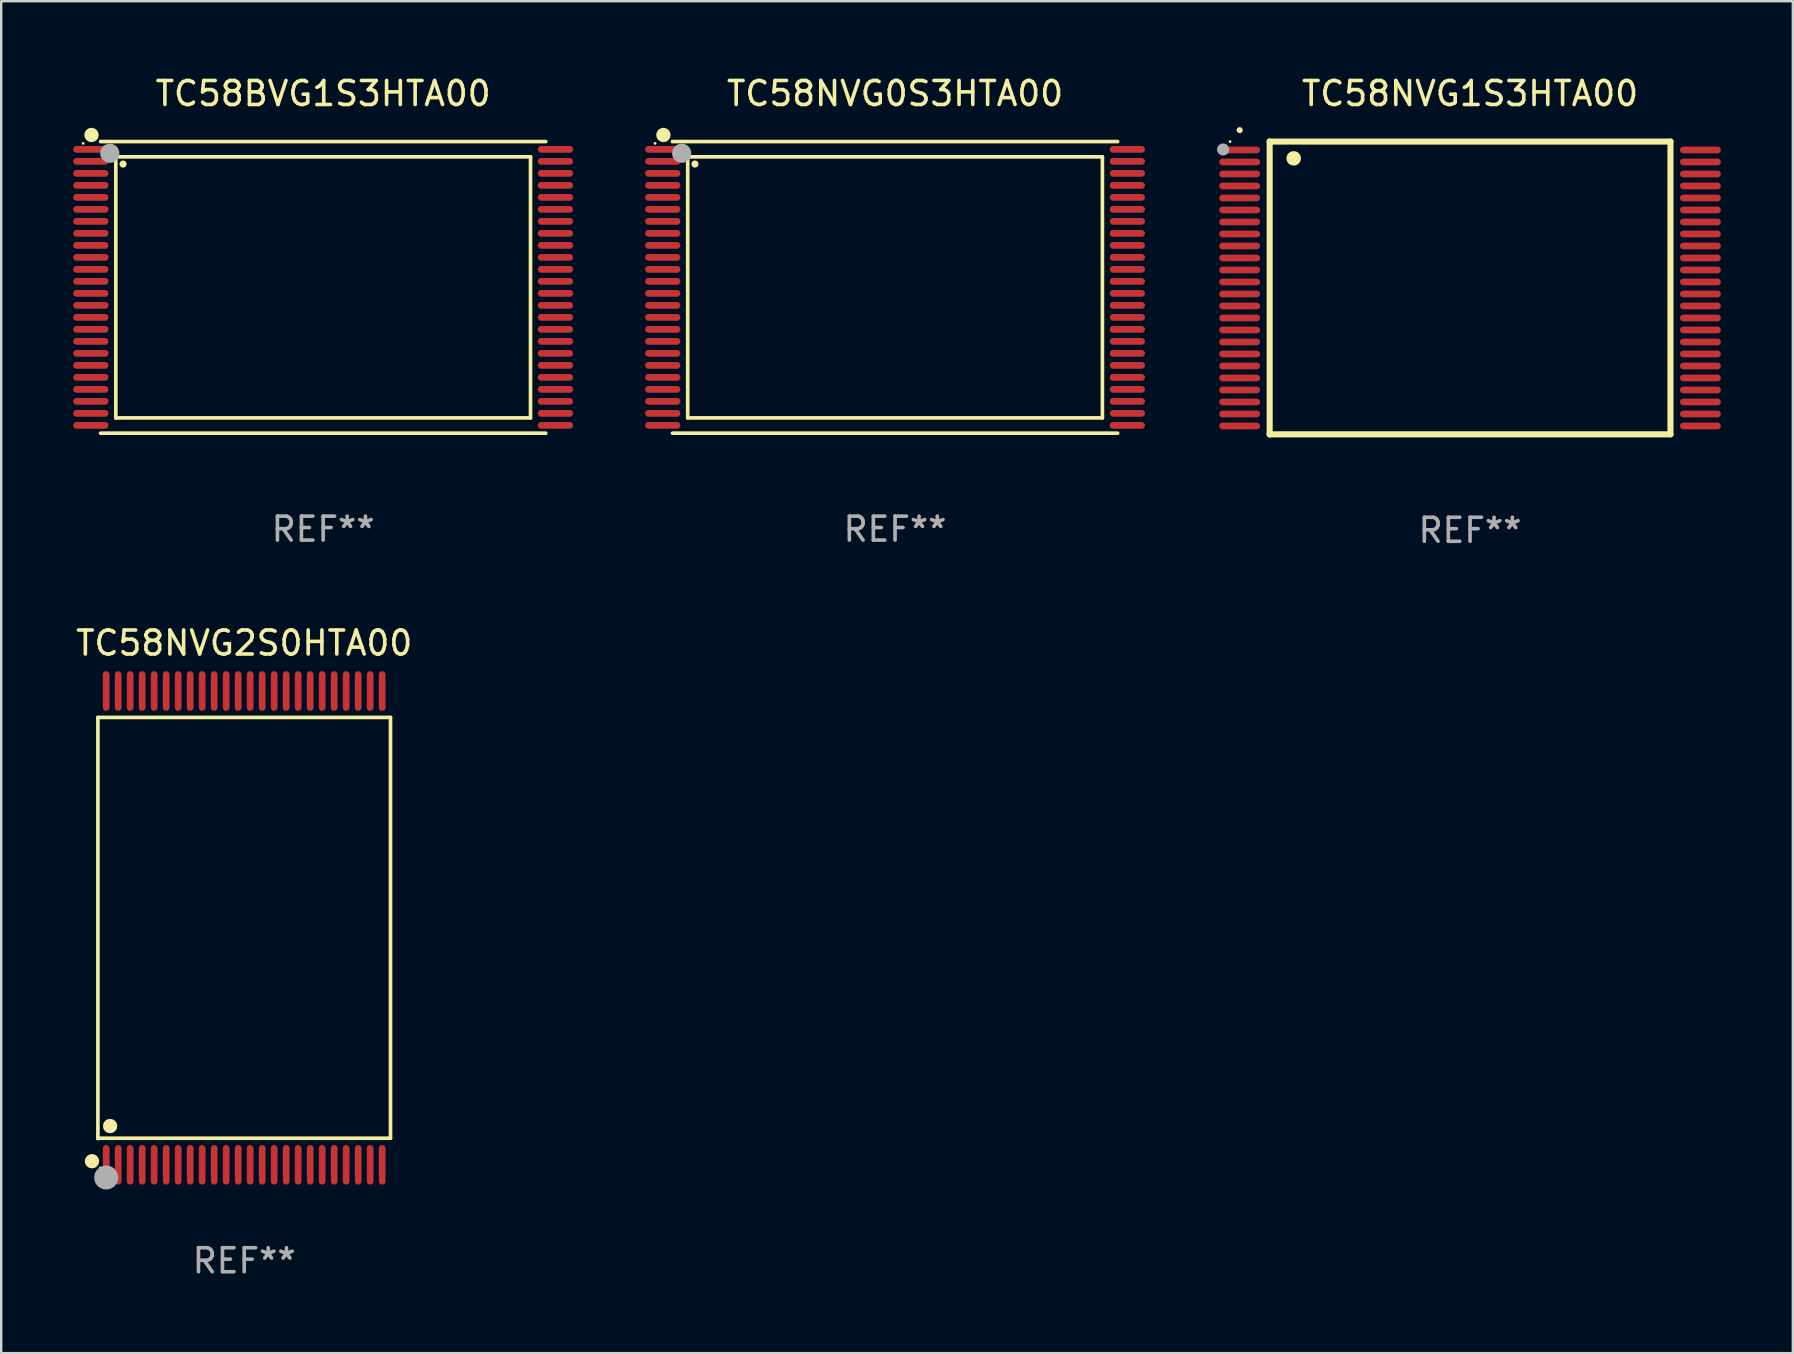
<source format=kicad_pcb>
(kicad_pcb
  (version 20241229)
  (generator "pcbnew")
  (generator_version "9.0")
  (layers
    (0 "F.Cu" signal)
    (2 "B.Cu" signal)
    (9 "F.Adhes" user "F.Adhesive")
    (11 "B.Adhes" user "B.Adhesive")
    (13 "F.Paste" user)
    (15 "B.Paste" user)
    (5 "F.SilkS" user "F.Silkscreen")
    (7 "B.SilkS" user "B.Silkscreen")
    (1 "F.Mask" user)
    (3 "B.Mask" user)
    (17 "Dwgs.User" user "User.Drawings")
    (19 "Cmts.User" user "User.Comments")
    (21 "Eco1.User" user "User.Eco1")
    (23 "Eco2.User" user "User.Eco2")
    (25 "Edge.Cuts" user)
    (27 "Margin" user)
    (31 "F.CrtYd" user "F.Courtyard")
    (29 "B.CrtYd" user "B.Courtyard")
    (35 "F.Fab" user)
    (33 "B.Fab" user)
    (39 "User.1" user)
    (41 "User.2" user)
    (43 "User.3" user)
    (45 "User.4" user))
  (footprint "TC58BVG1S3HTA00"
    (layer "F.Cu")
    (at 10.415 8.924)
    (property "Reference" "TC58BVG1S3HTA00" (at 0 -8.076 0) (layer "F.SilkS") (effects (font (size 1 1) (thickness 0.15))))
    (attr through_hole)
    (fp_line (start -9.276 -6.076) (end 9.276 -6.076) (stroke (width 0.152) (type solid)) (layer "F.SilkS"))
    (fp_line (start -9.276 6.076) (end 9.276 6.076) (stroke (width 0.152) (type solid)) (layer "F.SilkS"))
    (fp_line (start -8.64 -5.44) (end 8.64 -5.44) (stroke (width 0.152) (type solid)) (layer "F.SilkS"))
    (fp_line (start -8.64 5.44) (end -8.64 -5.44) (stroke (width 0.152) (type solid)) (layer "F.SilkS"))
    (fp_line (start 8.64 -5.44) (end 8.64 5.44) (stroke (width 0.152) (type solid)) (layer "F.SilkS"))
    (fp_line (start 8.64 5.44) (end -8.64 5.44) (stroke (width 0.152) (type solid)) (layer "F.SilkS"))
    (fp_circle (center -10 -6) (end -9.97 -6) (stroke (width 0.06) (type solid)) (fill no) (layer "F.SilkS"))
    (fp_circle (center -9.652 -6.35) (end -9.502 -6.35) (stroke (width 0.3) (type solid)) (fill no) (layer "F.SilkS"))
    (fp_circle (center -8.338 -5.138) (end -8.263 -5.138) (stroke (width 0.15) (type solid)) (fill no) (layer "F.SilkS"))
    (fp_circle (center -8.89 -5.588) (end -8.69 -5.588) (stroke (width 0.4) (type solid)) (fill no) (layer "F.Fab"))
    (fp_text user "REF**" (at 0 10.076 0) (layer "F.Fab") (effects (font (size 1 1) (thickness 0.15))))
    (pad "1" smd oval (at -9.68 -5.75) (size 1.47 0.28) (layers "F.Cu" "F.Mask" "F.Paste"))
    (pad "2" smd oval (at -9.68 -5.25) (size 1.47 0.28) (layers "F.Cu" "F.Mask" "F.Paste"))
    (pad "3" smd oval (at -9.68 -4.75) (size 1.47 0.28) (layers "F.Cu" "F.Mask" "F.Paste"))
    (pad "4" smd oval (at -9.68 -4.25) (size 1.47 0.28) (layers "F.Cu" "F.Mask" "F.Paste"))
    (pad "5" smd oval (at -9.68 -3.75) (size 1.47 0.28) (layers "F.Cu" "F.Mask" "F.Paste"))
    (pad "6" smd oval (at -9.68 -3.25) (size 1.47 0.28) (layers "F.Cu" "F.Mask" "F.Paste"))
    (pad "7" smd oval (at -9.68 -2.75) (size 1.47 0.28) (layers "F.Cu" "F.Mask" "F.Paste"))
    (pad "8" smd oval (at -9.68 -2.25) (size 1.47 0.28) (layers "F.Cu" "F.Mask" "F.Paste"))
    (pad "9" smd oval (at -9.68 -1.75) (size 1.47 0.28) (layers "F.Cu" "F.Mask" "F.Paste"))
    (pad "10" smd oval (at -9.68 -1.25) (size 1.47 0.28) (layers "F.Cu" "F.Mask" "F.Paste"))
    (pad "11" smd oval (at -9.68 -0.75) (size 1.47 0.28) (layers "F.Cu" "F.Mask" "F.Paste"))
    (pad "12" smd oval (at -9.68 -0.25) (size 1.47 0.28) (layers "F.Cu" "F.Mask" "F.Paste"))
    (pad "13" smd oval (at -9.68 0.25) (size 1.47 0.28) (layers "F.Cu" "F.Mask" "F.Paste"))
    (pad "14" smd oval (at -9.68 0.75) (size 1.47 0.28) (layers "F.Cu" "F.Mask" "F.Paste"))
    (pad "15" smd oval (at -9.68 1.25) (size 1.47 0.28) (layers "F.Cu" "F.Mask" "F.Paste"))
    (pad "16" smd oval (at -9.68 1.75) (size 1.47 0.28) (layers "F.Cu" "F.Mask" "F.Paste"))
    (pad "17" smd oval (at -9.68 2.25) (size 1.47 0.28) (layers "F.Cu" "F.Mask" "F.Paste"))
    (pad "18" smd oval (at -9.68 2.75) (size 1.47 0.28) (layers "F.Cu" "F.Mask" "F.Paste"))
    (pad "19" smd oval (at -9.68 3.25) (size 1.47 0.28) (layers "F.Cu" "F.Mask" "F.Paste"))
    (pad "20" smd oval (at -9.68 3.75) (size 1.47 0.28) (layers "F.Cu" "F.Mask" "F.Paste"))
    (pad "21" smd oval (at -9.68 4.25) (size 1.47 0.28) (layers "F.Cu" "F.Mask" "F.Paste"))
    (pad "22" smd oval (at -9.68 4.75) (size 1.47 0.28) (layers "F.Cu" "F.Mask" "F.Paste"))
    (pad "23" smd oval (at -9.68 5.25) (size 1.47 0.28) (layers "F.Cu" "F.Mask" "F.Paste"))
    (pad "24" smd oval (at -9.68 5.75) (size 1.47 0.28) (layers "F.Cu" "F.Mask" "F.Paste"))
    (pad "25" smd oval (at 9.68 5.75) (size 1.47 0.28) (layers "F.Cu" "F.Mask" "F.Paste"))
    (pad "26" smd oval (at 9.68 5.25) (size 1.47 0.28) (layers "F.Cu" "F.Mask" "F.Paste"))
    (pad "27" smd oval (at 9.68 4.75) (size 1.47 0.28) (layers "F.Cu" "F.Mask" "F.Paste"))
    (pad "28" smd oval (at 9.68 4.25) (size 1.47 0.28) (layers "F.Cu" "F.Mask" "F.Paste"))
    (pad "29" smd oval (at 9.68 3.75) (size 1.47 0.28) (layers "F.Cu" "F.Mask" "F.Paste"))
    (pad "30" smd oval (at 9.68 3.25) (size 1.47 0.28) (layers "F.Cu" "F.Mask" "F.Paste"))
    (pad "31" smd oval (at 9.68 2.75) (size 1.47 0.28) (layers "F.Cu" "F.Mask" "F.Paste"))
    (pad "32" smd oval (at 9.68 2.25) (size 1.47 0.28) (layers "F.Cu" "F.Mask" "F.Paste"))
    (pad "33" smd oval (at 9.68 1.75) (size 1.47 0.28) (layers "F.Cu" "F.Mask" "F.Paste"))
    (pad "34" smd oval (at 9.68 1.25) (size 1.47 0.28) (layers "F.Cu" "F.Mask" "F.Paste"))
    (pad "35" smd oval (at 9.68 0.75) (size 1.47 0.28) (layers "F.Cu" "F.Mask" "F.Paste"))
    (pad "36" smd oval (at 9.68 0.25) (size 1.47 0.28) (layers "F.Cu" "F.Mask" "F.Paste"))
    (pad "37" smd oval (at 9.68 -0.25) (size 1.47 0.28) (layers "F.Cu" "F.Mask" "F.Paste"))
    (pad "38" smd oval (at 9.68 -0.75) (size 1.47 0.28) (layers "F.Cu" "F.Mask" "F.Paste"))
    (pad "39" smd oval (at 9.68 -1.25) (size 1.47 0.28) (layers "F.Cu" "F.Mask" "F.Paste"))
    (pad "40" smd oval (at 9.68 -1.75) (size 1.47 0.28) (layers "F.Cu" "F.Mask" "F.Paste"))
    (pad "41" smd oval (at 9.68 -2.25) (size 1.47 0.28) (layers "F.Cu" "F.Mask" "F.Paste"))
    (pad "42" smd oval (at 9.68 -2.75) (size 1.47 0.28) (layers "F.Cu" "F.Mask" "F.Paste"))
    (pad "43" smd oval (at 9.68 -3.25) (size 1.47 0.28) (layers "F.Cu" "F.Mask" "F.Paste"))
    (pad "44" smd oval (at 9.68 -3.75) (size 1.47 0.28) (layers "F.Cu" "F.Mask" "F.Paste"))
    (pad "45" smd oval (at 9.68 -4.25) (size 1.47 0.28) (layers "F.Cu" "F.Mask" "F.Paste"))
    (pad "46" smd oval (at 9.68 -4.75) (size 1.47 0.28) (layers "F.Cu" "F.Mask" "F.Paste"))
    (pad "47" smd oval (at 9.68 -5.25) (size 1.47 0.28) (layers "F.Cu" "F.Mask" "F.Paste"))
    (pad "48" smd oval (at 9.68 -5.75) (size 1.47 0.28) (layers "F.Cu" "F.Mask" "F.Paste")))
  (footprint "TC58NVG1S3HTA00"
    (layer "F.Cu")
    (at 58.204 8.948)
    (property "Reference" "TC58NVG1S3HTA00" (at 0 -8.1 0) (layer "F.SilkS") (effects (font (size 1 1) (thickness 0.15))))
    (attr through_hole)
    (fp_line (start -8.35 -6.1) (end 8.35 -6.1) (stroke (width 0.254) (type solid)) (layer "F.SilkS"))
    (fp_line (start -8.35 6.1) (end -8.35 -6.1) (stroke (width 0.254) (type solid)) (layer "F.SilkS"))
    (fp_line (start 8.35 -6.1) (end 8.35 6.1) (stroke (width 0.254) (type solid)) (layer "F.SilkS"))
    (fp_line (start 8.35 6.1) (end -8.35 6.1) (stroke (width 0.254) (type solid)) (layer "F.SilkS"))
    (fp_arc (start -9.601219 -6.57606) (mid -9.599949 -6.576066) (end -9.598679 -6.57606) (stroke (width 0.25) (type solid)) (layer "F.SilkS"))
    (fp_arc (start -7.350775 -5.400038) (mid -7.348235 -5.400049) (end -7.345695 -5.400038) (stroke (width 0.6) (type solid)) (layer "F.SilkS"))
    (fp_circle (center -10 -6.1) (end -9.97 -6.1) (stroke (width 0.06) (type solid)) (fill no) (layer "F.SilkS"))
    (fp_circle (center -10.29 -5.77) (end -10.163 -5.77) (stroke (width 0.254) (type solid)) (fill no) (layer "F.Fab"))
    (fp_text user "REF**" (at 0 10.1 0) (layer "F.Fab") (effects (font (size 1 1) (thickness 0.15))))
    (pad "1" smd oval (at -9.6 -5.75 90) (size 0.28 1.7) (layers "F.Cu" "F.Mask" "F.Paste"))
    (pad "2" smd oval (at -9.6 -5.25 90) (size 0.28 1.7) (layers "F.Cu" "F.Mask" "F.Paste"))
    (pad "3" smd oval (at -9.6 -4.75 90) (size 0.28 1.7) (layers "F.Cu" "F.Mask" "F.Paste"))
    (pad "4" smd oval (at -9.6 -4.25 90) (size 0.28 1.7) (layers "F.Cu" "F.Mask" "F.Paste"))
    (pad "5" smd oval (at -9.6 -3.75 90) (size 0.28 1.7) (layers "F.Cu" "F.Mask" "F.Paste"))
    (pad "6" smd oval (at -9.6 -3.25 90) (size 0.28 1.7) (layers "F.Cu" "F.Mask" "F.Paste"))
    (pad "7" smd oval (at -9.6 -2.75 90) (size 0.28 1.7) (layers "F.Cu" "F.Mask" "F.Paste"))
    (pad "8" smd oval (at -9.6 -2.25 90) (size 0.28 1.7) (layers "F.Cu" "F.Mask" "F.Paste"))
    (pad "9" smd oval (at -9.6 -1.75 90) (size 0.28 1.7) (layers "F.Cu" "F.Mask" "F.Paste"))
    (pad "10" smd oval (at -9.6 -1.25 90) (size 0.28 1.7) (layers "F.Cu" "F.Mask" "F.Paste"))
    (pad "11" smd oval (at -9.6 -0.75 90) (size 0.28 1.7) (layers "F.Cu" "F.Mask" "F.Paste"))
    (pad "12" smd oval (at -9.6 -0.25 90) (size 0.28 1.7) (layers "F.Cu" "F.Mask" "F.Paste"))
    (pad "13" smd oval (at -9.6 0.25 90) (size 0.28 1.7) (layers "F.Cu" "F.Mask" "F.Paste"))
    (pad "14" smd oval (at -9.6 0.75 90) (size 0.28 1.7) (layers "F.Cu" "F.Mask" "F.Paste"))
    (pad "15" smd oval (at -9.6 1.25 90) (size 0.28 1.7) (layers "F.Cu" "F.Mask" "F.Paste"))
    (pad "16" smd oval (at -9.6 1.75 90) (size 0.28 1.7) (layers "F.Cu" "F.Mask" "F.Paste"))
    (pad "17" smd oval (at -9.6 2.25 90) (size 0.28 1.7) (layers "F.Cu" "F.Mask" "F.Paste"))
    (pad "18" smd oval (at -9.6 2.75 90) (size 0.28 1.7) (layers "F.Cu" "F.Mask" "F.Paste"))
    (pad "19" smd oval (at -9.6 3.25 90) (size 0.28 1.7) (layers "F.Cu" "F.Mask" "F.Paste"))
    (pad "20" smd oval (at -9.6 3.75 90) (size 0.28 1.7) (layers "F.Cu" "F.Mask" "F.Paste"))
    (pad "21" smd oval (at -9.6 4.25 90) (size 0.28 1.7) (layers "F.Cu" "F.Mask" "F.Paste"))
    (pad "22" smd oval (at -9.6 4.75 90) (size 0.28 1.7) (layers "F.Cu" "F.Mask" "F.Paste"))
    (pad "23" smd oval (at -9.6 5.25 90) (size 0.28 1.7) (layers "F.Cu" "F.Mask" "F.Paste"))
    (pad "24" smd oval (at -9.6 5.75 90) (size 0.28 1.7) (layers "F.Cu" "F.Mask" "F.Paste"))
    (pad "25" smd oval (at 9.6 5.75 90) (size 0.28 1.7) (layers "F.Cu" "F.Mask" "F.Paste"))
    (pad "26" smd oval (at 9.6 5.25 90) (size 0.28 1.7) (layers "F.Cu" "F.Mask" "F.Paste"))
    (pad "27" smd oval (at 9.6 4.75 90) (size 0.28 1.7) (layers "F.Cu" "F.Mask" "F.Paste"))
    (pad "28" smd oval (at 9.6 4.25 90) (size 0.28 1.7) (layers "F.Cu" "F.Mask" "F.Paste"))
    (pad "29" smd oval (at 9.6 3.75 90) (size 0.28 1.7) (layers "F.Cu" "F.Mask" "F.Paste"))
    (pad "30" smd oval (at 9.6 3.25 90) (size 0.28 1.7) (layers "F.Cu" "F.Mask" "F.Paste"))
    (pad "31" smd oval (at 9.6 2.75 90) (size 0.28 1.7) (layers "F.Cu" "F.Mask" "F.Paste"))
    (pad "32" smd oval (at 9.6 2.25 90) (size 0.28 1.7) (layers "F.Cu" "F.Mask" "F.Paste"))
    (pad "33" smd oval (at 9.6 1.75 90) (size 0.28 1.7) (layers "F.Cu" "F.Mask" "F.Paste"))
    (pad "34" smd oval (at 9.6 1.25 90) (size 0.28 1.7) (layers "F.Cu" "F.Mask" "F.Paste"))
    (pad "35" smd oval (at 9.6 0.75 90) (size 0.28 1.7) (layers "F.Cu" "F.Mask" "F.Paste"))
    (pad "36" smd oval (at 9.6 0.25 90) (size 0.28 1.7) (layers "F.Cu" "F.Mask" "F.Paste"))
    (pad "37" smd oval (at 9.6 -0.25 90) (size 0.28 1.7) (layers "F.Cu" "F.Mask" "F.Paste"))
    (pad "38" smd oval (at 9.6 -0.75 90) (size 0.28 1.7) (layers "F.Cu" "F.Mask" "F.Paste"))
    (pad "39" smd oval (at 9.6 -1.25 90) (size 0.28 1.7) (layers "F.Cu" "F.Mask" "F.Paste"))
    (pad "40" smd oval (at 9.6 -1.75 90) (size 0.28 1.7) (layers "F.Cu" "F.Mask" "F.Paste"))
    (pad "41" smd oval (at 9.6 -2.25 90) (size 0.28 1.7) (layers "F.Cu" "F.Mask" "F.Paste"))
    (pad "42" smd oval (at 9.6 -2.75 90) (size 0.28 1.7) (layers "F.Cu" "F.Mask" "F.Paste"))
    (pad "43" smd oval (at 9.6 -3.25 90) (size 0.28 1.7) (layers "F.Cu" "F.Mask" "F.Paste"))
    (pad "44" smd oval (at 9.6 -3.75 90) (size 0.28 1.7) (layers "F.Cu" "F.Mask" "F.Paste"))
    (pad "45" smd oval (at 9.6 -4.25 90) (size 0.28 1.7) (layers "F.Cu" "F.Mask" "F.Paste"))
    (pad "46" smd oval (at 9.6 -4.75 90) (size 0.28 1.7) (layers "F.Cu" "F.Mask" "F.Paste"))
    (pad "47" smd oval (at 9.6 -5.25 90) (size 0.28 1.7) (layers "F.Cu" "F.Mask" "F.Paste"))
    (pad "48" smd oval (at 9.6 -5.75 90) (size 0.28 1.7) (layers "F.Cu" "F.Mask" "F.Paste")))
  (footprint "TC58NVG2S0HTA00"
    (layer "F.Cu")
    (at 7.125 35.615)
    (property "Reference" "TC58NVG2S0HTA00" (at 0 -11.87 0) (layer "F.SilkS") (effects (font (size 1 1) (thickness 0.15))))
    (attr through_hole)
    (fp_line (start -6.096 -8.771) (end 6.096 -8.771) (stroke (width 0.152) (type solid)) (layer "F.SilkS"))
    (fp_line (start -6.096 8.763) (end -6.096 8.771) (stroke (width 0.152) (type solid)) (layer "F.SilkS"))
    (fp_line (start -6.096 8.771) (end -6.096 -8.771) (stroke (width 0.152) (type solid)) (layer "F.SilkS"))
    (fp_line (start 6.096 -8.771) (end 6.096 8.763) (stroke (width 0.152) (type solid)) (layer "F.SilkS"))
    (fp_line (start 6.096 8.763) (end -6.096 8.763) (stroke (width 0.152) (type solid)) (layer "F.SilkS"))
    (fp_circle (center -6.342 9.72) (end -6.192 9.72) (stroke (width 0.3) (type solid)) (fill no) (layer "F.SilkS"))
    (fp_circle (center -6 10) (end -5.97 10) (stroke (width 0.06) (type solid)) (fill no) (layer "F.SilkS"))
    (fp_circle (center -5.588 8.255) (end -5.438 8.255) (stroke (width 0.3) (type solid)) (fill no) (layer "F.SilkS"))
    (fp_circle (center -5.75 10.4) (end -5.5 10.4) (stroke (width 0.5) (type solid)) (fill no) (layer "F.Fab"))
    (fp_text user "REF**" (at 0 13.87 0) (layer "F.Fab") (effects (font (size 1 1) (thickness 0.15))))
    (pad "1" smd oval (at -5.75 9.87) (size 0.28 1.65) (layers "F.Cu" "F.Mask" "F.Paste"))
    (pad "2" smd oval (at -5.25 9.87) (size 0.28 1.65) (layers "F.Cu" "F.Mask" "F.Paste"))
    (pad "3" smd oval (at -4.75 9.87) (size 0.28 1.65) (layers "F.Cu" "F.Mask" "F.Paste"))
    (pad "4" smd oval (at -4.25 9.87) (size 0.28 1.65) (layers "F.Cu" "F.Mask" "F.Paste"))
    (pad "5" smd oval (at -3.75 9.87) (size 0.28 1.65) (layers "F.Cu" "F.Mask" "F.Paste"))
    (pad "6" smd oval (at -3.25 9.87) (size 0.28 1.65) (layers "F.Cu" "F.Mask" "F.Paste"))
    (pad "7" smd oval (at -2.75 9.87) (size 0.28 1.65) (layers "F.Cu" "F.Mask" "F.Paste"))
    (pad "8" smd oval (at -2.25 9.87) (size 0.28 1.65) (layers "F.Cu" "F.Mask" "F.Paste"))
    (pad "9" smd oval (at -1.75 9.87) (size 0.28 1.65) (layers "F.Cu" "F.Mask" "F.Paste"))
    (pad "10" smd oval (at -1.25 9.87) (size 0.28 1.65) (layers "F.Cu" "F.Mask" "F.Paste"))
    (pad "11" smd oval (at -0.75 9.87) (size 0.28 1.65) (layers "F.Cu" "F.Mask" "F.Paste"))
    (pad "12" smd oval (at -0.25 9.87) (size 0.28 1.65) (layers "F.Cu" "F.Mask" "F.Paste"))
    (pad "13" smd oval (at 0.25 9.87) (size 0.28 1.65) (layers "F.Cu" "F.Mask" "F.Paste"))
    (pad "14" smd oval (at 0.75 9.87) (size 0.28 1.65) (layers "F.Cu" "F.Mask" "F.Paste"))
    (pad "15" smd oval (at 1.25 9.87) (size 0.28 1.65) (layers "F.Cu" "F.Mask" "F.Paste"))
    (pad "16" smd oval (at 1.75 9.87) (size 0.28 1.65) (layers "F.Cu" "F.Mask" "F.Paste"))
    (pad "17" smd oval (at 2.25 9.87) (size 0.28 1.65) (layers "F.Cu" "F.Mask" "F.Paste"))
    (pad "18" smd oval (at 2.75 9.87) (size 0.28 1.65) (layers "F.Cu" "F.Mask" "F.Paste"))
    (pad "19" smd oval (at 3.25 9.87) (size 0.28 1.65) (layers "F.Cu" "F.Mask" "F.Paste"))
    (pad "20" smd oval (at 3.75 9.87) (size 0.28 1.65) (layers "F.Cu" "F.Mask" "F.Paste"))
    (pad "21" smd oval (at 4.25 9.87) (size 0.28 1.65) (layers "F.Cu" "F.Mask" "F.Paste"))
    (pad "22" smd oval (at 4.75 9.87) (size 0.28 1.65) (layers "F.Cu" "F.Mask" "F.Paste"))
    (pad "23" smd oval (at 5.25 9.87) (size 0.28 1.65) (layers "F.Cu" "F.Mask" "F.Paste"))
    (pad "24" smd oval (at 5.75 9.87) (size 0.28 1.65) (layers "F.Cu" "F.Mask" "F.Paste"))
    (pad "25" smd oval (at 5.75 -9.87) (size 0.28 1.65) (layers "F.Cu" "F.Mask" "F.Paste"))
    (pad "26" smd oval (at 5.25 -9.87) (size 0.28 1.65) (layers "F.Cu" "F.Mask" "F.Paste"))
    (pad "27" smd oval (at 4.75 -9.87) (size 0.28 1.65) (layers "F.Cu" "F.Mask" "F.Paste"))
    (pad "28" smd oval (at 4.25 -9.87) (size 0.28 1.65) (layers "F.Cu" "F.Mask" "F.Paste"))
    (pad "29" smd oval (at 3.75 -9.87) (size 0.28 1.65) (layers "F.Cu" "F.Mask" "F.Paste"))
    (pad "30" smd oval (at 3.25 -9.87) (size 0.28 1.65) (layers "F.Cu" "F.Mask" "F.Paste"))
    (pad "31" smd oval (at 2.75 -9.87) (size 0.28 1.65) (layers "F.Cu" "F.Mask" "F.Paste"))
    (pad "32" smd oval (at 2.25 -9.87) (size 0.28 1.65) (layers "F.Cu" "F.Mask" "F.Paste"))
    (pad "33" smd oval (at 1.75 -9.87) (size 0.28 1.65) (layers "F.Cu" "F.Mask" "F.Paste"))
    (pad "34" smd oval (at 1.25 -9.87) (size 0.28 1.65) (layers "F.Cu" "F.Mask" "F.Paste"))
    (pad "35" smd oval (at 0.75 -9.87) (size 0.28 1.65) (layers "F.Cu" "F.Mask" "F.Paste"))
    (pad "36" smd oval (at 0.25 -9.87) (size 0.28 1.65) (layers "F.Cu" "F.Mask" "F.Paste"))
    (pad "37" smd oval (at -0.25 -9.87) (size 0.28 1.65) (layers "F.Cu" "F.Mask" "F.Paste"))
    (pad "38" smd oval (at -0.75 -9.87) (size 0.28 1.65) (layers "F.Cu" "F.Mask" "F.Paste"))
    (pad "39" smd oval (at -1.25 -9.87) (size 0.28 1.65) (layers "F.Cu" "F.Mask" "F.Paste"))
    (pad "40" smd oval (at -1.75 -9.87) (size 0.28 1.65) (layers "F.Cu" "F.Mask" "F.Paste"))
    (pad "41" smd oval (at -2.25 -9.87) (size 0.28 1.65) (layers "F.Cu" "F.Mask" "F.Paste"))
    (pad "42" smd oval (at -2.75 -9.87) (size 0.28 1.65) (layers "F.Cu" "F.Mask" "F.Paste"))
    (pad "43" smd oval (at -3.25 -9.87) (size 0.28 1.65) (layers "F.Cu" "F.Mask" "F.Paste"))
    (pad "44" smd oval (at -3.75 -9.87) (size 0.28 1.65) (layers "F.Cu" "F.Mask" "F.Paste"))
    (pad "45" smd oval (at -4.25 -9.87) (size 0.28 1.65) (layers "F.Cu" "F.Mask" "F.Paste"))
    (pad "46" smd oval (at -4.75 -9.87) (size 0.28 1.65) (layers "F.Cu" "F.Mask" "F.Paste"))
    (pad "47" smd oval (at -5.25 -9.87) (size 0.28 1.65) (layers "F.Cu" "F.Mask" "F.Paste"))
    (pad "48" smd oval (at -5.75 -9.87) (size 0.28 1.65) (layers "F.Cu" "F.Mask" "F.Paste")))
  (footprint "TC58NVG0S3HTA00"
    (layer "F.Cu")
    (at 34.245 8.924)
    (property "Reference" "TC58NVG0S3HTA00" (at 0 -8.076 0) (layer "F.SilkS") (effects (font (size 1 1) (thickness 0.15))))
    (attr through_hole)
    (fp_line (start -9.276 -6.076) (end 9.276 -6.076) (stroke (width 0.152) (type solid)) (layer "F.SilkS"))
    (fp_line (start -9.276 6.076) (end 9.276 6.076) (stroke (width 0.152) (type solid)) (layer "F.SilkS"))
    (fp_line (start -8.64 -5.44) (end 8.64 -5.44) (stroke (width 0.152) (type solid)) (layer "F.SilkS"))
    (fp_line (start -8.64 5.44) (end -8.64 -5.44) (stroke (width 0.152) (type solid)) (layer "F.SilkS"))
    (fp_line (start 8.64 -5.44) (end 8.64 5.44) (stroke (width 0.152) (type solid)) (layer "F.SilkS"))
    (fp_line (start 8.64 5.44) (end -8.64 5.44) (stroke (width 0.152) (type solid)) (layer "F.SilkS"))
    (fp_circle (center -10 -6) (end -9.97 -6) (stroke (width 0.06) (type solid)) (fill no) (layer "F.SilkS"))
    (fp_circle (center -9.652 -6.35) (end -9.502 -6.35) (stroke (width 0.3) (type solid)) (fill no) (layer "F.SilkS"))
    (fp_circle (center -8.338 -5.138) (end -8.263 -5.138) (stroke (width 0.15) (type solid)) (fill no) (layer "F.SilkS"))
    (fp_circle (center -8.89 -5.588) (end -8.69 -5.588) (stroke (width 0.4) (type solid)) (fill no) (layer "F.Fab"))
    (fp_text user "REF**" (at 0 10.076 0) (layer "F.Fab") (effects (font (size 1 1) (thickness 0.15))))
    (pad "1" smd oval (at -9.68 -5.75) (size 1.47 0.28) (layers "F.Cu" "F.Mask" "F.Paste"))
    (pad "2" smd oval (at -9.68 -5.25) (size 1.47 0.28) (layers "F.Cu" "F.Mask" "F.Paste"))
    (pad "3" smd oval (at -9.68 -4.75) (size 1.47 0.28) (layers "F.Cu" "F.Mask" "F.Paste"))
    (pad "4" smd oval (at -9.68 -4.25) (size 1.47 0.28) (layers "F.Cu" "F.Mask" "F.Paste"))
    (pad "5" smd oval (at -9.68 -3.75) (size 1.47 0.28) (layers "F.Cu" "F.Mask" "F.Paste"))
    (pad "6" smd oval (at -9.68 -3.25) (size 1.47 0.28) (layers "F.Cu" "F.Mask" "F.Paste"))
    (pad "7" smd oval (at -9.68 -2.75) (size 1.47 0.28) (layers "F.Cu" "F.Mask" "F.Paste"))
    (pad "8" smd oval (at -9.68 -2.25) (size 1.47 0.28) (layers "F.Cu" "F.Mask" "F.Paste"))
    (pad "9" smd oval (at -9.68 -1.75) (size 1.47 0.28) (layers "F.Cu" "F.Mask" "F.Paste"))
    (pad "10" smd oval (at -9.68 -1.25) (size 1.47 0.28) (layers "F.Cu" "F.Mask" "F.Paste"))
    (pad "11" smd oval (at -9.68 -0.75) (size 1.47 0.28) (layers "F.Cu" "F.Mask" "F.Paste"))
    (pad "12" smd oval (at -9.68 -0.25) (size 1.47 0.28) (layers "F.Cu" "F.Mask" "F.Paste"))
    (pad "13" smd oval (at -9.68 0.25) (size 1.47 0.28) (layers "F.Cu" "F.Mask" "F.Paste"))
    (pad "14" smd oval (at -9.68 0.75) (size 1.47 0.28) (layers "F.Cu" "F.Mask" "F.Paste"))
    (pad "15" smd oval (at -9.68 1.25) (size 1.47 0.28) (layers "F.Cu" "F.Mask" "F.Paste"))
    (pad "16" smd oval (at -9.68 1.75) (size 1.47 0.28) (layers "F.Cu" "F.Mask" "F.Paste"))
    (pad "17" smd oval (at -9.68 2.25) (size 1.47 0.28) (layers "F.Cu" "F.Mask" "F.Paste"))
    (pad "18" smd oval (at -9.68 2.75) (size 1.47 0.28) (layers "F.Cu" "F.Mask" "F.Paste"))
    (pad "19" smd oval (at -9.68 3.25) (size 1.47 0.28) (layers "F.Cu" "F.Mask" "F.Paste"))
    (pad "20" smd oval (at -9.68 3.75) (size 1.47 0.28) (layers "F.Cu" "F.Mask" "F.Paste"))
    (pad "21" smd oval (at -9.68 4.25) (size 1.47 0.28) (layers "F.Cu" "F.Mask" "F.Paste"))
    (pad "22" smd oval (at -9.68 4.75) (size 1.47 0.28) (layers "F.Cu" "F.Mask" "F.Paste"))
    (pad "23" smd oval (at -9.68 5.25) (size 1.47 0.28) (layers "F.Cu" "F.Mask" "F.Paste"))
    (pad "24" smd oval (at -9.68 5.75) (size 1.47 0.28) (layers "F.Cu" "F.Mask" "F.Paste"))
    (pad "25" smd oval (at 9.68 5.75) (size 1.47 0.28) (layers "F.Cu" "F.Mask" "F.Paste"))
    (pad "26" smd oval (at 9.68 5.25) (size 1.47 0.28) (layers "F.Cu" "F.Mask" "F.Paste"))
    (pad "27" smd oval (at 9.68 4.75) (size 1.47 0.28) (layers "F.Cu" "F.Mask" "F.Paste"))
    (pad "28" smd oval (at 9.68 4.25) (size 1.47 0.28) (layers "F.Cu" "F.Mask" "F.Paste"))
    (pad "29" smd oval (at 9.68 3.75) (size 1.47 0.28) (layers "F.Cu" "F.Mask" "F.Paste"))
    (pad "30" smd oval (at 9.68 3.25) (size 1.47 0.28) (layers "F.Cu" "F.Mask" "F.Paste"))
    (pad "31" smd oval (at 9.68 2.75) (size 1.47 0.28) (layers "F.Cu" "F.Mask" "F.Paste"))
    (pad "32" smd oval (at 9.68 2.25) (size 1.47 0.28) (layers "F.Cu" "F.Mask" "F.Paste"))
    (pad "33" smd oval (at 9.68 1.75) (size 1.47 0.28) (layers "F.Cu" "F.Mask" "F.Paste"))
    (pad "34" smd oval (at 9.68 1.25) (size 1.47 0.28) (layers "F.Cu" "F.Mask" "F.Paste"))
    (pad "35" smd oval (at 9.68 0.75) (size 1.47 0.28) (layers "F.Cu" "F.Mask" "F.Paste"))
    (pad "36" smd oval (at 9.68 0.25) (size 1.47 0.28) (layers "F.Cu" "F.Mask" "F.Paste"))
    (pad "37" smd oval (at 9.68 -0.25) (size 1.47 0.28) (layers "F.Cu" "F.Mask" "F.Paste"))
    (pad "38" smd oval (at 9.68 -0.75) (size 1.47 0.28) (layers "F.Cu" "F.Mask" "F.Paste"))
    (pad "39" smd oval (at 9.68 -1.25) (size 1.47 0.28) (layers "F.Cu" "F.Mask" "F.Paste"))
    (pad "40" smd oval (at 9.68 -1.75) (size 1.47 0.28) (layers "F.Cu" "F.Mask" "F.Paste"))
    (pad "41" smd oval (at 9.68 -2.25) (size 1.47 0.28) (layers "F.Cu" "F.Mask" "F.Paste"))
    (pad "42" smd oval (at 9.68 -2.75) (size 1.47 0.28) (layers "F.Cu" "F.Mask" "F.Paste"))
    (pad "43" smd oval (at 9.68 -3.25) (size 1.47 0.28) (layers "F.Cu" "F.Mask" "F.Paste"))
    (pad "44" smd oval (at 9.68 -3.75) (size 1.47 0.28) (layers "F.Cu" "F.Mask" "F.Paste"))
    (pad "45" smd oval (at 9.68 -4.25) (size 1.47 0.28) (layers "F.Cu" "F.Mask" "F.Paste"))
    (pad "46" smd oval (at 9.68 -4.75) (size 1.47 0.28) (layers "F.Cu" "F.Mask" "F.Paste"))
    (pad "47" smd oval (at 9.68 -5.25) (size 1.47 0.28) (layers "F.Cu" "F.Mask" "F.Paste"))
    (pad "48" smd oval (at 9.68 -5.75) (size 1.47 0.28) (layers "F.Cu" "F.Mask" "F.Paste")))
  (gr_rect
    (start -3 -3)
    (end 71.654 53.333)
    (stroke (width 0.1) (type default))
    (fill no)
    (layer "Edge.Cuts")))
</source>
